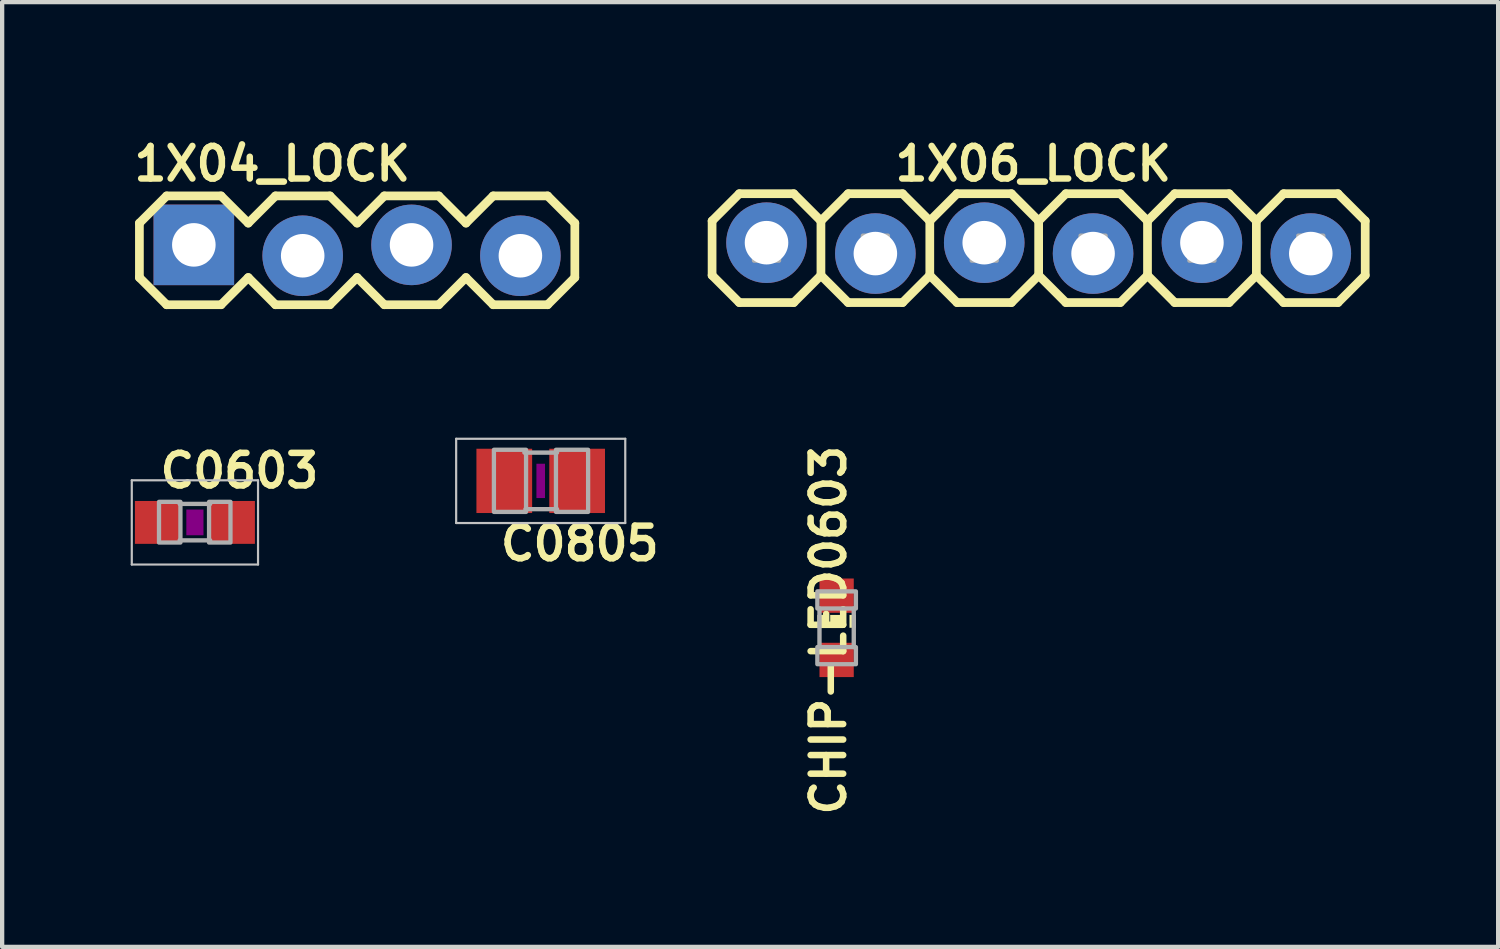
<source format=kicad_pcb>
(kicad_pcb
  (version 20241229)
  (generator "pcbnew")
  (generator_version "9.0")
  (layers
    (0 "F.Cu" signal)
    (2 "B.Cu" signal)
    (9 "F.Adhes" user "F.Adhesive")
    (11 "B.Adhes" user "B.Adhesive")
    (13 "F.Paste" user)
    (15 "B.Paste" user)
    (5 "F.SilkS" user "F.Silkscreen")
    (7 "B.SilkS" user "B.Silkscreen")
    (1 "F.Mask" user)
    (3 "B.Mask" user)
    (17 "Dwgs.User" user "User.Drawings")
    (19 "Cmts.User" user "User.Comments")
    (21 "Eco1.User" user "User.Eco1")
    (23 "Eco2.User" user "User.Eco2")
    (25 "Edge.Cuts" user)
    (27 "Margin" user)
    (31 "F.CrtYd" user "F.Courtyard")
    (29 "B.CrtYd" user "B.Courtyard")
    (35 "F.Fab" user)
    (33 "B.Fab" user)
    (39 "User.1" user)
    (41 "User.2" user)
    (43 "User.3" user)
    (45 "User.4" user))
  (footprint "1X04_LOCK"
    (layer "F.Cu")
    (at 1.473 2.791)
    (property "Reference" "1X04_LOCK" (at -1.473 -1.575 180) (layer "F.SilkS") (effects (font (size 0.76 0.76) (thickness 0.152)) (justify left bottom)))
    (attr through_hole)
    (fp_line (start -1.27 -0.635) (end -1.27 0.635) (stroke (width 0.203) (type solid)) (layer "F.SilkS"))
    (fp_line (start -1.27 0.635) (end -0.635 1.27) (stroke (width 0.203) (type solid)) (layer "F.SilkS"))
    (fp_line (start -0.635 -1.27) (end -1.27 -0.635) (stroke (width 0.203) (type solid)) (layer "F.SilkS"))
    (fp_line (start -0.635 -1.27) (end 0.635 -1.27) (stroke (width 0.203) (type solid)) (layer "F.SilkS"))
    (fp_line (start 0.635 -1.27) (end 1.27 -0.635) (stroke (width 0.203) (type solid)) (layer "F.SilkS"))
    (fp_line (start 0.635 1.27) (end -0.635 1.27) (stroke (width 0.203) (type solid)) (layer "F.SilkS"))
    (fp_line (start 1.27 -0.635) (end 1.905 -1.27) (stroke (width 0.203) (type solid)) (layer "F.SilkS"))
    (fp_line (start 1.27 0.635) (end 0.635 1.27) (stroke (width 0.203) (type solid)) (layer "F.SilkS"))
    (fp_line (start 1.905 -1.27) (end 3.175 -1.27) (stroke (width 0.203) (type solid)) (layer "F.SilkS"))
    (fp_line (start 1.905 1.27) (end 1.27 0.635) (stroke (width 0.203) (type solid)) (layer "F.SilkS"))
    (fp_line (start 3.175 -1.27) (end 3.81 -0.635) (stroke (width 0.203) (type solid)) (layer "F.SilkS"))
    (fp_line (start 3.175 1.27) (end 1.905 1.27) (stroke (width 0.203) (type solid)) (layer "F.SilkS"))
    (fp_line (start 3.81 -0.635) (end 4.445 -1.27) (stroke (width 0.203) (type solid)) (layer "F.SilkS"))
    (fp_line (start 3.81 0.635) (end 3.175 1.27) (stroke (width 0.203) (type solid)) (layer "F.SilkS"))
    (fp_line (start 4.445 -1.27) (end 5.715 -1.27) (stroke (width 0.203) (type solid)) (layer "F.SilkS"))
    (fp_line (start 4.445 1.27) (end 3.81 0.635) (stroke (width 0.203) (type solid)) (layer "F.SilkS"))
    (fp_line (start 5.715 -1.27) (end 6.35 -0.635) (stroke (width 0.203) (type solid)) (layer "F.SilkS"))
    (fp_line (start 5.715 1.27) (end 4.445 1.27) (stroke (width 0.203) (type solid)) (layer "F.SilkS"))
    (fp_line (start 6.35 0.635) (end 5.715 1.27) (stroke (width 0.203) (type solid)) (layer "F.SilkS"))
    (fp_line (start 6.35 0.635) (end 6.985 1.27) (stroke (width 0.203) (type solid)) (layer "F.SilkS"))
    (fp_line (start 6.985 -1.27) (end 6.35 -0.635) (stroke (width 0.203) (type solid)) (layer "F.SilkS"))
    (fp_line (start 6.985 -1.27) (end 8.255 -1.27) (stroke (width 0.203) (type solid)) (layer "F.SilkS"))
    (fp_line (start 8.255 -1.27) (end 8.89 -0.635) (stroke (width 0.203) (type solid)) (layer "F.SilkS"))
    (fp_line (start 8.255 1.27) (end 6.985 1.27) (stroke (width 0.203) (type solid)) (layer "F.SilkS"))
    (fp_line (start 8.89 -0.635) (end 8.89 0.635) (stroke (width 0.203) (type solid)) (layer "F.SilkS"))
    (fp_line (start 8.89 0.635) (end 8.255 1.27) (stroke (width 0.203) (type solid)) (layer "F.SilkS"))
    (fp_poly (pts (xy -0.254 0.254) (xy 0.254 0.254) (xy 0.254 -0.254) (xy -0.254 -0.254)) (stroke (width 0.1) (type solid)) (fill no) (layer "F.Fab"))
    (fp_poly (pts (xy 2.286 0.254) (xy 2.794 0.254) (xy 2.794 -0.254) (xy 2.286 -0.254)) (stroke (width 0.1) (type solid)) (fill no) (layer "F.Fab"))
    (fp_poly (pts (xy 4.826 0.254) (xy 5.334 0.254) (xy 5.334 -0.254) (xy 4.826 -0.254)) (stroke (width 0.1) (type solid)) (fill no) (layer "F.Fab"))
    (fp_poly (pts (xy 7.366 0.254) (xy 7.874 0.254) (xy 7.874 -0.254) (xy 7.366 -0.254)) (stroke (width 0.1) (type solid)) (fill no) (layer "F.Fab"))
    (pad "1" thru_hole rect (at 0 -0.127 90) (size 1.88 1.88) (drill 1.016) (layers "*.Cu" "*.Mask"))
    (pad "2" thru_hole circle (at 2.54 0.127 90) (size 1.88 1.88) (drill 1.016) (layers "*.Cu" "*.Mask"))
    (pad "3" thru_hole circle (at 5.08 -0.127 90) (size 1.88 1.88) (drill 1.016) (layers "*.Cu" "*.Mask"))
    (pad "4" thru_hole circle (at 7.62 0.127 90) (size 1.88 1.88) (drill 1.016) (layers "*.Cu" "*.Mask")))
  (footprint "C0805"
    (layer "F.Cu")
    (at 9.567 8.171)
    (property "Reference" "C0805" (at -1.016 1.905 0) (layer "F.SilkS") (effects (font (size 0.76 0.76) (thickness 0.152)) (justify left bottom)))
    (attr through_hole)
    (fp_poly (pts (xy -0.1 0.4) (xy 0.1 0.4) (xy 0.1 -0.4) (xy -0.1 -0.4)) (stroke (width 0) (type solid)) (fill yes) (layer "F.Adhes"))
    (fp_line (start -1.973 -0.983) (end 1.973 -0.983) (stroke (width 0.051) (type solid)) (layer "Dwgs.User"))
    (fp_line (start -1.973 0.983) (end -1.973 -0.983) (stroke (width 0.051) (type solid)) (layer "Dwgs.User"))
    (fp_line (start 1.973 -0.983) (end 1.973 0.983) (stroke (width 0.051) (type solid)) (layer "Dwgs.User"))
    (fp_line (start 1.973 0.983) (end -1.973 0.983) (stroke (width 0.051) (type solid)) (layer "Dwgs.User"))
    (fp_line (start -0.381 -0.66) (end 0.381 -0.66) (stroke (width 0.102) (type solid)) (layer "F.Fab"))
    (fp_line (start -0.356 0.66) (end 0.381 0.66) (stroke (width 0.102) (type solid)) (layer "F.Fab"))
    (fp_poly (pts (xy -1.092 0.724) (xy -0.342 0.724) (xy -0.342 -0.726) (xy -1.092 -0.726)) (stroke (width 0.1) (type solid)) (fill no) (layer "F.Fab"))
    (fp_poly (pts (xy 0.356 0.724) (xy 1.106 0.724) (xy 1.106 -0.726) (xy 0.356 -0.726)) (stroke (width 0.1) (type solid)) (fill no) (layer "F.Fab"))
    (pad "1" smd rect (at -0.85 0) (size 1.3 1.5) (layers "F.Cu" "F.Mask" "F.Paste"))
    (pad "2" smd rect (at 0.85 0) (size 1.3 1.5) (layers "F.Cu" "F.Mask" "F.Paste")))
  (footprint "CHIP-LED0603"
    (layer "F.Cu")
    (at 16.472 11.599)
    (property "Reference" "CHIP-LED0603" (at 0.254 4.445 270) (layer "F.SilkS") (effects (font (size 0.76 0.76) (thickness 0.152)) (justify left bottom)))
    (attr through_hole)
    (fp_poly (pts (xy -0.45 0) (xy -0.3 0) (xy -0.3 -0.3) (xy -0.45 -0.3)) (stroke (width 0) (type solid)) (fill yes) (layer "F.SilkS"))
    (fp_poly (pts (xy -0.15 0) (xy 0.15 0) (xy 0.15 -0.3) (xy -0.15 -0.3)) (stroke (width 0) (type solid)) (fill yes) (layer "F.SilkS"))
    (fp_poly (pts (xy 0.3 0) (xy 0.45 0) (xy 0.45 -0.3) (xy 0.3 -0.3)) (stroke (width 0) (type solid)) (fill yes) (layer "F.SilkS"))
    (fp_line (start -0.4 -0.45) (end -0.4 0.45) (stroke (width 0.102) (type solid)) (layer "F.Fab"))
    (fp_line (start 0.4 -0.45) (end 0.4 0.45) (stroke (width 0.102) (type solid)) (layer "F.Fab"))
    (fp_poly (pts (xy -0.45 -0.45) (xy 0.45 -0.45) (xy 0.45 -0.85) (xy -0.45 -0.85)) (stroke (width 0.1) (type solid)) (fill no) (layer "F.Fab"))
    (fp_poly (pts (xy -0.45 0.85) (xy 0.45 0.85) (xy 0.45 0.45) (xy -0.45 0.45)) (stroke (width 0.1) (type solid)) (fill no) (layer "F.Fab"))
    (pad "A" smd rect (at 0 0.75) (size 0.8 0.8) (layers "F.Cu" "F.Mask" "F.Paste"))
    (pad "C" smd rect (at 0 -0.75) (size 0.8 0.8) (layers "F.Cu" "F.Mask" "F.Paste")))
  (footprint "C0603"
    (layer "F.Cu")
    (at 1.498 9.14)
    (property "Reference" "C0603" (at -0.889 -0.762 180) (layer "F.SilkS") (effects (font (size 0.76 0.76) (thickness 0.152)) (justify left bottom)))
    (attr through_hole)
    (fp_poly (pts (xy -0.2 0.3) (xy 0.2 0.3) (xy 0.2 -0.3) (xy -0.2 -0.3)) (stroke (width 0) (type solid)) (fill yes) (layer "F.Adhes"))
    (fp_line (start -1.473 -0.983) (end 1.473 -0.983) (stroke (width 0.051) (type solid)) (layer "Dwgs.User"))
    (fp_line (start -1.473 0.983) (end -1.473 -0.983) (stroke (width 0.051) (type solid)) (layer "Dwgs.User"))
    (fp_line (start 1.473 -0.983) (end 1.473 0.983) (stroke (width 0.051) (type solid)) (layer "Dwgs.User"))
    (fp_line (start 1.473 0.983) (end -1.473 0.983) (stroke (width 0.051) (type solid)) (layer "Dwgs.User"))
    (fp_line (start -0.356 -0.432) (end 0.356 -0.432) (stroke (width 0.102) (type solid)) (layer "F.Fab"))
    (fp_line (start -0.356 0.419) (end 0.356 0.419) (stroke (width 0.102) (type solid)) (layer "F.Fab"))
    (fp_poly (pts (xy -0.838 0.47) (xy -0.338 0.47) (xy -0.338 -0.48) (xy -0.838 -0.48)) (stroke (width 0.1) (type solid)) (fill no) (layer "F.Fab"))
    (fp_poly (pts (xy 0.33 0.47) (xy 0.83 0.47) (xy 0.83 -0.48) (xy 0.33 -0.48)) (stroke (width 0.1) (type solid)) (fill no) (layer "F.Fab"))
    (pad "1" smd rect (at -0.85 0) (size 1.1 1) (layers "F.Cu" "F.Mask" "F.Paste"))
    (pad "2" smd rect (at 0.85 0) (size 1.1 1) (layers "F.Cu" "F.Mask" "F.Paste")))
  (footprint "1X06_LOCK"
    (layer "F.Cu")
    (at 14.836 2.613)
    (property "Reference" "1X06_LOCK" (at 2.921 -1.397 180) (layer "F.SilkS") (effects (font (size 0.76 0.76) (thickness 0.152)) (justify left bottom)))
    (attr through_hole)
    (fp_line (start -1.27 -0.508) (end -0.635 -1.143) (stroke (width 0.203) (type solid)) (layer "F.SilkS"))
    (fp_line (start -1.27 0.762) (end -1.27 -0.508) (stroke (width 0.203) (type solid)) (layer "F.SilkS"))
    (fp_line (start -0.635 -1.143) (end 0.635 -1.143) (stroke (width 0.203) (type solid)) (layer "F.SilkS"))
    (fp_line (start -0.635 1.397) (end -1.27 0.762) (stroke (width 0.203) (type solid)) (layer "F.SilkS"))
    (fp_line (start 0.635 -1.143) (end 1.27 -0.508) (stroke (width 0.203) (type solid)) (layer "F.SilkS"))
    (fp_line (start 0.635 1.397) (end -0.635 1.397) (stroke (width 0.203) (type solid)) (layer "F.SilkS"))
    (fp_line (start 1.27 -0.508) (end 1.27 0.762) (stroke (width 0.203) (type solid)) (layer "F.SilkS"))
    (fp_line (start 1.27 -0.508) (end 1.905 -1.143) (stroke (width 0.203) (type solid)) (layer "F.SilkS"))
    (fp_line (start 1.27 0.762) (end 0.635 1.397) (stroke (width 0.203) (type solid)) (layer "F.SilkS"))
    (fp_line (start 1.905 -1.143) (end 3.175 -1.143) (stroke (width 0.203) (type solid)) (layer "F.SilkS"))
    (fp_line (start 1.905 1.397) (end 1.27 0.762) (stroke (width 0.203) (type solid)) (layer "F.SilkS"))
    (fp_line (start 3.175 -1.143) (end 3.81 -0.508) (stroke (width 0.203) (type solid)) (layer "F.SilkS"))
    (fp_line (start 3.175 1.397) (end 1.905 1.397) (stroke (width 0.203) (type solid)) (layer "F.SilkS"))
    (fp_line (start 3.81 -0.508) (end 3.81 0.762) (stroke (width 0.203) (type solid)) (layer "F.SilkS"))
    (fp_line (start 3.81 -0.508) (end 4.445 -1.143) (stroke (width 0.203) (type solid)) (layer "F.SilkS"))
    (fp_line (start 3.81 0.762) (end 3.175 1.397) (stroke (width 0.203) (type solid)) (layer "F.SilkS"))
    (fp_line (start 4.445 -1.143) (end 5.715 -1.143) (stroke (width 0.203) (type solid)) (layer "F.SilkS"))
    (fp_line (start 4.445 1.397) (end 3.81 0.762) (stroke (width 0.203) (type solid)) (layer "F.SilkS"))
    (fp_line (start 5.715 -1.143) (end 6.35 -0.508) (stroke (width 0.203) (type solid)) (layer "F.SilkS"))
    (fp_line (start 5.715 1.397) (end 4.445 1.397) (stroke (width 0.203) (type solid)) (layer "F.SilkS"))
    (fp_line (start 6.35 -0.508) (end 6.35 0.762) (stroke (width 0.203) (type solid)) (layer "F.SilkS"))
    (fp_line (start 6.35 -0.508) (end 6.985 -1.143) (stroke (width 0.203) (type solid)) (layer "F.SilkS"))
    (fp_line (start 6.35 0.762) (end 5.715 1.397) (stroke (width 0.203) (type solid)) (layer "F.SilkS"))
    (fp_line (start 6.985 -1.143) (end 8.255 -1.143) (stroke (width 0.203) (type solid)) (layer "F.SilkS"))
    (fp_line (start 6.985 1.397) (end 6.35 0.762) (stroke (width 0.203) (type solid)) (layer "F.SilkS"))
    (fp_line (start 8.255 -1.143) (end 8.89 -0.508) (stroke (width 0.203) (type solid)) (layer "F.SilkS"))
    (fp_line (start 8.255 1.397) (end 6.985 1.397) (stroke (width 0.203) (type solid)) (layer "F.SilkS"))
    (fp_line (start 8.89 -0.508) (end 8.89 0.762) (stroke (width 0.203) (type solid)) (layer "F.SilkS"))
    (fp_line (start 8.89 -0.508) (end 9.525 -1.143) (stroke (width 0.203) (type solid)) (layer "F.SilkS"))
    (fp_line (start 8.89 0.762) (end 8.255 1.397) (stroke (width 0.203) (type solid)) (layer "F.SilkS"))
    (fp_line (start 9.525 -1.143) (end 10.795 -1.143) (stroke (width 0.203) (type solid)) (layer "F.SilkS"))
    (fp_line (start 9.525 1.397) (end 8.89 0.762) (stroke (width 0.203) (type solid)) (layer "F.SilkS"))
    (fp_line (start 10.795 -1.143) (end 11.43 -0.508) (stroke (width 0.203) (type solid)) (layer "F.SilkS"))
    (fp_line (start 10.795 1.397) (end 9.525 1.397) (stroke (width 0.203) (type solid)) (layer "F.SilkS"))
    (fp_line (start 11.43 -0.508) (end 11.43 0.762) (stroke (width 0.203) (type solid)) (layer "F.SilkS"))
    (fp_line (start 11.43 -0.508) (end 12.065 -1.143) (stroke (width 0.203) (type solid)) (layer "F.SilkS"))
    (fp_line (start 11.43 0.762) (end 10.795 1.397) (stroke (width 0.203) (type solid)) (layer "F.SilkS"))
    (fp_line (start 12.065 -1.143) (end 13.335 -1.143) (stroke (width 0.203) (type solid)) (layer "F.SilkS"))
    (fp_line (start 12.065 1.397) (end 11.43 0.762) (stroke (width 0.203) (type solid)) (layer "F.SilkS"))
    (fp_line (start 13.335 -1.143) (end 13.97 -0.508) (stroke (width 0.203) (type solid)) (layer "F.SilkS"))
    (fp_line (start 13.335 1.397) (end 12.065 1.397) (stroke (width 0.203) (type solid)) (layer "F.SilkS"))
    (fp_line (start 13.97 -0.508) (end 13.97 0.762) (stroke (width 0.203) (type solid)) (layer "F.SilkS"))
    (fp_line (start 13.97 0.762) (end 13.335 1.397) (stroke (width 0.203) (type solid)) (layer "F.SilkS"))
    (fp_poly (pts (xy -0.292 0.419) (xy 0.292 0.419) (xy 0.292 -0.165) (xy -0.292 -0.165)) (stroke (width 0.1) (type solid)) (fill no) (layer "F.Fab"))
    (fp_poly (pts (xy 2.248 0.419) (xy 2.832 0.419) (xy 2.832 -0.165) (xy 2.248 -0.165)) (stroke (width 0.1) (type solid)) (fill no) (layer "F.Fab"))
    (fp_poly (pts (xy 4.788 0.419) (xy 5.372 0.419) (xy 5.372 -0.165) (xy 4.788 -0.165)) (stroke (width 0.1) (type solid)) (fill no) (layer "F.Fab"))
    (fp_poly (pts (xy 7.328 0.419) (xy 7.912 0.419) (xy 7.912 -0.165) (xy 7.328 -0.165)) (stroke (width 0.1) (type solid)) (fill no) (layer "F.Fab"))
    (fp_poly (pts (xy 9.868 0.419) (xy 10.452 0.419) (xy 10.452 -0.165) (xy 9.868 -0.165)) (stroke (width 0.1) (type solid)) (fill no) (layer "F.Fab"))
    (fp_poly (pts (xy 12.408 0.419) (xy 12.992 0.419) (xy 12.992 -0.165) (xy 12.408 -0.165)) (stroke (width 0.1) (type solid)) (fill no) (layer "F.Fab"))
    (pad "1" thru_hole circle (at 0 0) (size 1.88 1.88) (drill 1.016) (layers "*.Cu" "*.Mask"))
    (pad "2" thru_hole circle (at 2.54 0.254) (size 1.88 1.88) (drill 1.016) (layers "*.Cu" "*.Mask"))
    (pad "3" thru_hole circle (at 5.08 0) (size 1.88 1.88) (drill 1.016) (layers "*.Cu" "*.Mask"))
    (pad "4" thru_hole circle (at 7.62 0.254) (size 1.88 1.88) (drill 1.016) (layers "*.Cu" "*.Mask"))
    (pad "5" thru_hole circle (at 10.16 0) (size 1.88 1.88) (drill 1.016) (layers "*.Cu" "*.Mask"))
    (pad "6" thru_hole circle (at 12.7 0.254) (size 1.88 1.88) (drill 1.016) (layers "*.Cu" "*.Mask")))
  (gr_rect
    (start -3 -3)
    (end 31.908 19.044)
    (stroke (width 0.1) (type default))
    (fill no)
    (layer "Edge.Cuts")))
</source>
